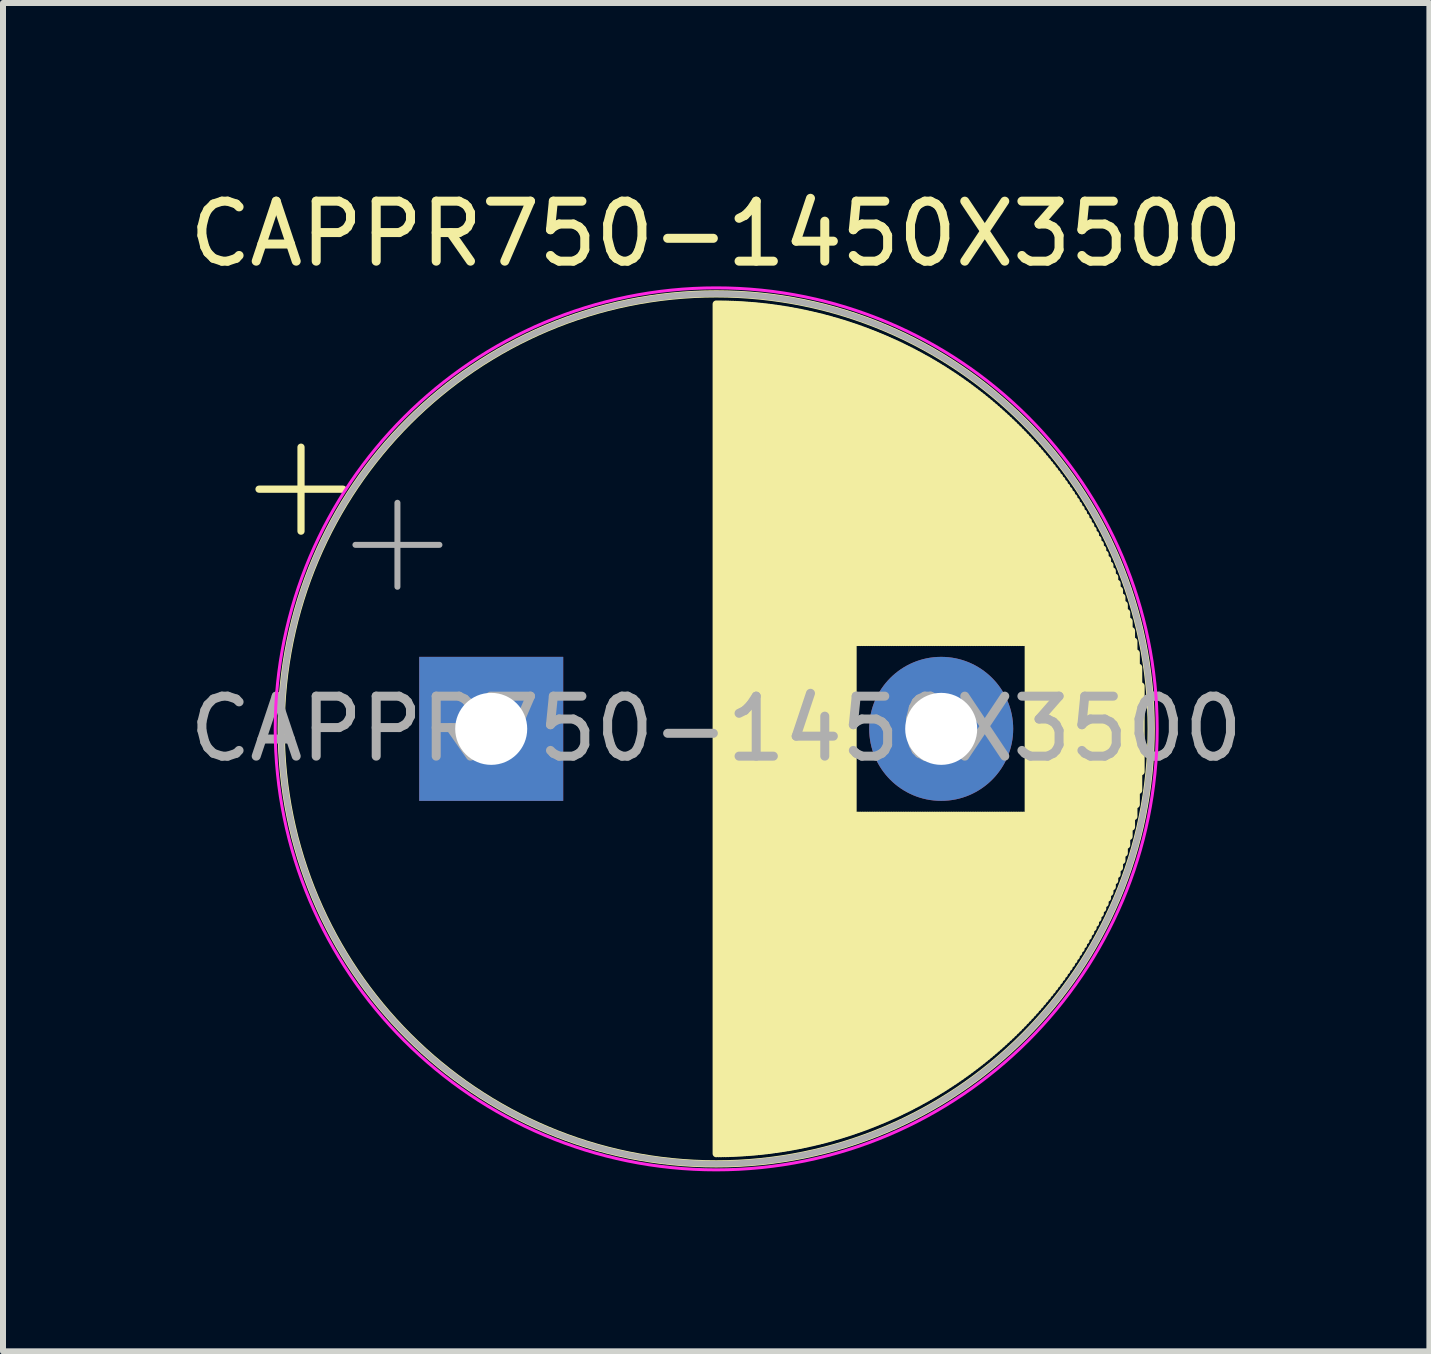
<source format=kicad_pcb>
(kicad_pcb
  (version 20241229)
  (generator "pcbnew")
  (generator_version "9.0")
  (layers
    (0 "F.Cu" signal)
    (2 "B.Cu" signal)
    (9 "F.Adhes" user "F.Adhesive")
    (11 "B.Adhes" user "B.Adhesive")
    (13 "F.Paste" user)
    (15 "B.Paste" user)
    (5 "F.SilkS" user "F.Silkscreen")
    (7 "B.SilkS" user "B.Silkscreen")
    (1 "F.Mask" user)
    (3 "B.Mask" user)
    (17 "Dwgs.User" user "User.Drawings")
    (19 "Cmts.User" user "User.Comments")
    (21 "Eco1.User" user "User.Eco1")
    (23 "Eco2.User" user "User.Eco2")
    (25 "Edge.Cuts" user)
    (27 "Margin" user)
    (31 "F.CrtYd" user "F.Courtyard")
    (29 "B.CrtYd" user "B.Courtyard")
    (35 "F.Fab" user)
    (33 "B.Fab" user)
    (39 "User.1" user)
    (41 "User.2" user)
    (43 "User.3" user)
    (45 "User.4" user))
  (footprint "CAPPR750-1450X3500"
    (layer "F.Cu")
    (at 5.137 9.098)
    (property "Reference" "CAPPR750-1450X3500" (at 3.75 -8.25 0) (layer "F.SilkS") (effects (font (size 1 1) (thickness 0.15))))
    (attr through_hole)
    (fp_line (start -3.87 -3.995) (end -2.47 -3.995) (stroke (width 0.12) (type solid)) (layer "F.SilkS"))
    (fp_line (start -3.17 -4.695) (end -3.17 -3.295) (stroke (width 0.12) (type solid)) (layer "F.SilkS"))
    (fp_line (start 3.75 -7.08) (end 3.75 7.08) (stroke (width 0.12) (type solid)) (layer "F.SilkS"))
    (fp_line (start 3.79 -7.08) (end 3.79 7.08) (stroke (width 0.12) (type solid)) (layer "F.SilkS"))
    (fp_line (start 3.83 -7.08) (end 3.83 7.08) (stroke (width 0.12) (type solid)) (layer "F.SilkS"))
    (fp_line (start 3.87 -7.079) (end 3.87 7.079) (stroke (width 0.12) (type solid)) (layer "F.SilkS"))
    (fp_line (start 3.91 -7.079) (end 3.91 7.079) (stroke (width 0.12) (type solid)) (layer "F.SilkS"))
    (fp_line (start 3.95 -7.078) (end 3.95 7.078) (stroke (width 0.12) (type solid)) (layer "F.SilkS"))
    (fp_line (start 3.99 -7.076) (end 3.99 7.076) (stroke (width 0.12) (type solid)) (layer "F.SilkS"))
    (fp_line (start 4.03 -7.075) (end 4.03 7.075) (stroke (width 0.12) (type solid)) (layer "F.SilkS"))
    (fp_line (start 4.07 -7.073) (end 4.07 7.073) (stroke (width 0.12) (type solid)) (layer "F.SilkS"))
    (fp_line (start 4.11 -7.071) (end 4.11 7.071) (stroke (width 0.12) (type solid)) (layer "F.SilkS"))
    (fp_line (start 4.15 -7.069) (end 4.15 7.069) (stroke (width 0.12) (type solid)) (layer "F.SilkS"))
    (fp_line (start 4.19 -7.067) (end 4.19 7.067) (stroke (width 0.12) (type solid)) (layer "F.SilkS"))
    (fp_line (start 4.23 -7.064) (end 4.23 7.064) (stroke (width 0.12) (type solid)) (layer "F.SilkS"))
    (fp_line (start 4.27 -7.061) (end 4.27 7.061) (stroke (width 0.12) (type solid)) (layer "F.SilkS"))
    (fp_line (start 4.31 -7.058) (end 4.31 7.058) (stroke (width 0.12) (type solid)) (layer "F.SilkS"))
    (fp_line (start 4.35 -7.055) (end 4.35 7.055) (stroke (width 0.12) (type solid)) (layer "F.SilkS"))
    (fp_line (start 4.39 -7.052) (end 4.39 7.052) (stroke (width 0.12) (type solid)) (layer "F.SilkS"))
    (fp_line (start 4.43 -7.048) (end 4.43 7.048) (stroke (width 0.12) (type solid)) (layer "F.SilkS"))
    (fp_line (start 4.471 -7.044) (end 4.471 7.044) (stroke (width 0.12) (type solid)) (layer "F.SilkS"))
    (fp_line (start 4.511 -7.04) (end 4.511 7.04) (stroke (width 0.12) (type solid)) (layer "F.SilkS"))
    (fp_line (start 4.551 -7.035) (end 4.551 7.035) (stroke (width 0.12) (type solid)) (layer "F.SilkS"))
    (fp_line (start 4.591 -7.031) (end 4.591 7.031) (stroke (width 0.12) (type solid)) (layer "F.SilkS"))
    (fp_line (start 4.631 -7.026) (end 4.631 7.026) (stroke (width 0.12) (type solid)) (layer "F.SilkS"))
    (fp_line (start 4.671 -7.021) (end 4.671 7.021) (stroke (width 0.12) (type solid)) (layer "F.SilkS"))
    (fp_line (start 4.711 -7.015) (end 4.711 7.015) (stroke (width 0.12) (type solid)) (layer "F.SilkS"))
    (fp_line (start 4.751 -7.01) (end 4.751 7.01) (stroke (width 0.12) (type solid)) (layer "F.SilkS"))
    (fp_line (start 4.791 -7.004) (end 4.791 7.004) (stroke (width 0.12) (type solid)) (layer "F.SilkS"))
    (fp_line (start 4.831 -6.998) (end 4.831 6.998) (stroke (width 0.12) (type solid)) (layer "F.SilkS"))
    (fp_line (start 4.871 -6.992) (end 4.871 6.992) (stroke (width 0.12) (type solid)) (layer "F.SilkS"))
    (fp_line (start 4.911 -6.985) (end 4.911 6.985) (stroke (width 0.12) (type solid)) (layer "F.SilkS"))
    (fp_line (start 4.951 -6.979) (end 4.951 6.979) (stroke (width 0.12) (type solid)) (layer "F.SilkS"))
    (fp_line (start 4.991 -6.972) (end 4.991 6.972) (stroke (width 0.12) (type solid)) (layer "F.SilkS"))
    (fp_line (start 5.031 -6.964) (end 5.031 6.964) (stroke (width 0.12) (type solid)) (layer "F.SilkS"))
    (fp_line (start 5.071 -6.957) (end 5.071 6.957) (stroke (width 0.12) (type solid)) (layer "F.SilkS"))
    (fp_line (start 5.111 -6.949) (end 5.111 6.949) (stroke (width 0.12) (type solid)) (layer "F.SilkS"))
    (fp_line (start 5.151 -6.942) (end 5.151 6.942) (stroke (width 0.12) (type solid)) (layer "F.SilkS"))
    (fp_line (start 5.191 -6.933) (end 5.191 6.933) (stroke (width 0.12) (type solid)) (layer "F.SilkS"))
    (fp_line (start 5.231 -6.925) (end 5.231 6.925) (stroke (width 0.12) (type solid)) (layer "F.SilkS"))
    (fp_line (start 5.271 -6.916) (end 5.271 6.916) (stroke (width 0.12) (type solid)) (layer "F.SilkS"))
    (fp_line (start 5.311 -6.907) (end 5.311 6.907) (stroke (width 0.12) (type solid)) (layer "F.SilkS"))
    (fp_line (start 5.351 -6.898) (end 5.351 6.898) (stroke (width 0.12) (type solid)) (layer "F.SilkS"))
    (fp_line (start 5.391 -6.889) (end 5.391 6.889) (stroke (width 0.12) (type solid)) (layer "F.SilkS"))
    (fp_line (start 5.431 -6.879) (end 5.431 6.879) (stroke (width 0.12) (type solid)) (layer "F.SilkS"))
    (fp_line (start 5.471 -6.87) (end 5.471 6.87) (stroke (width 0.12) (type solid)) (layer "F.SilkS"))
    (fp_line (start 5.511 -6.86) (end 5.511 6.86) (stroke (width 0.12) (type solid)) (layer "F.SilkS"))
    (fp_line (start 5.551 -6.849) (end 5.551 6.849) (stroke (width 0.12) (type solid)) (layer "F.SilkS"))
    (fp_line (start 5.591 -6.839) (end 5.591 6.839) (stroke (width 0.12) (type solid)) (layer "F.SilkS"))
    (fp_line (start 5.631 -6.828) (end 5.631 6.828) (stroke (width 0.12) (type solid)) (layer "F.SilkS"))
    (fp_line (start 5.671 -6.817) (end 5.671 6.817) (stroke (width 0.12) (type solid)) (layer "F.SilkS"))
    (fp_line (start 5.711 -6.805) (end 5.711 6.805) (stroke (width 0.12) (type solid)) (layer "F.SilkS"))
    (fp_line (start 5.751 -6.794) (end 5.751 6.794) (stroke (width 0.12) (type solid)) (layer "F.SilkS"))
    (fp_line (start 5.791 -6.782) (end 5.791 6.782) (stroke (width 0.12) (type solid)) (layer "F.SilkS"))
    (fp_line (start 5.831 -6.77) (end 5.831 6.77) (stroke (width 0.12) (type solid)) (layer "F.SilkS"))
    (fp_line (start 5.871 -6.758) (end 5.871 6.758) (stroke (width 0.12) (type solid)) (layer "F.SilkS"))
    (fp_line (start 5.911 -6.745) (end 5.911 6.745) (stroke (width 0.12) (type solid)) (layer "F.SilkS"))
    (fp_line (start 5.951 -6.732) (end 5.951 6.732) (stroke (width 0.12) (type solid)) (layer "F.SilkS"))
    (fp_line (start 5.991 -6.719) (end 5.991 6.719) (stroke (width 0.12) (type solid)) (layer "F.SilkS"))
    (fp_line (start 6.031 -6.706) (end 6.031 6.706) (stroke (width 0.12) (type solid)) (layer "F.SilkS"))
    (fp_line (start 6.071 -6.692) (end 6.071 -1.44) (stroke (width 0.12) (type solid)) (layer "F.SilkS"))
    (fp_line (start 6.071 1.44) (end 6.071 6.692) (stroke (width 0.12) (type solid)) (layer "F.SilkS"))
    (fp_line (start 6.111 -6.678) (end 6.111 -1.44) (stroke (width 0.12) (type solid)) (layer "F.SilkS"))
    (fp_line (start 6.111 1.44) (end 6.111 6.678) (stroke (width 0.12) (type solid)) (layer "F.SilkS"))
    (fp_line (start 6.151 -6.664) (end 6.151 -1.44) (stroke (width 0.12) (type solid)) (layer "F.SilkS"))
    (fp_line (start 6.151 1.44) (end 6.151 6.664) (stroke (width 0.12) (type solid)) (layer "F.SilkS"))
    (fp_line (start 6.191 -6.649) (end 6.191 -1.44) (stroke (width 0.12) (type solid)) (layer "F.SilkS"))
    (fp_line (start 6.191 1.44) (end 6.191 6.649) (stroke (width 0.12) (type solid)) (layer "F.SilkS"))
    (fp_line (start 6.231 -6.635) (end 6.231 -1.44) (stroke (width 0.12) (type solid)) (layer "F.SilkS"))
    (fp_line (start 6.231 1.44) (end 6.231 6.635) (stroke (width 0.12) (type solid)) (layer "F.SilkS"))
    (fp_line (start 6.271 -6.62) (end 6.271 -1.44) (stroke (width 0.12) (type solid)) (layer "F.SilkS"))
    (fp_line (start 6.271 1.44) (end 6.271 6.62) (stroke (width 0.12) (type solid)) (layer "F.SilkS"))
    (fp_line (start 6.311 -6.604) (end 6.311 -1.44) (stroke (width 0.12) (type solid)) (layer "F.SilkS"))
    (fp_line (start 6.311 1.44) (end 6.311 6.604) (stroke (width 0.12) (type solid)) (layer "F.SilkS"))
    (fp_line (start 6.351 -6.589) (end 6.351 -1.44) (stroke (width 0.12) (type solid)) (layer "F.SilkS"))
    (fp_line (start 6.351 1.44) (end 6.351 6.589) (stroke (width 0.12) (type solid)) (layer "F.SilkS"))
    (fp_line (start 6.391 -6.573) (end 6.391 -1.44) (stroke (width 0.12) (type solid)) (layer "F.SilkS"))
    (fp_line (start 6.391 1.44) (end 6.391 6.573) (stroke (width 0.12) (type solid)) (layer "F.SilkS"))
    (fp_line (start 6.431 -6.557) (end 6.431 -1.44) (stroke (width 0.12) (type solid)) (layer "F.SilkS"))
    (fp_line (start 6.431 1.44) (end 6.431 6.557) (stroke (width 0.12) (type solid)) (layer "F.SilkS"))
    (fp_line (start 6.471 -6.54) (end 6.471 -1.44) (stroke (width 0.12) (type solid)) (layer "F.SilkS"))
    (fp_line (start 6.471 1.44) (end 6.471 6.54) (stroke (width 0.12) (type solid)) (layer "F.SilkS"))
    (fp_line (start 6.511 -6.524) (end 6.511 -1.44) (stroke (width 0.12) (type solid)) (layer "F.SilkS"))
    (fp_line (start 6.511 1.44) (end 6.511 6.524) (stroke (width 0.12) (type solid)) (layer "F.SilkS"))
    (fp_line (start 6.551 -6.507) (end 6.551 -1.44) (stroke (width 0.12) (type solid)) (layer "F.SilkS"))
    (fp_line (start 6.551 1.44) (end 6.551 6.507) (stroke (width 0.12) (type solid)) (layer "F.SilkS"))
    (fp_line (start 6.591 -6.49) (end 6.591 -1.44) (stroke (width 0.12) (type solid)) (layer "F.SilkS"))
    (fp_line (start 6.591 1.44) (end 6.591 6.49) (stroke (width 0.12) (type solid)) (layer "F.SilkS"))
    (fp_line (start 6.631 -6.472) (end 6.631 -1.44) (stroke (width 0.12) (type solid)) (layer "F.SilkS"))
    (fp_line (start 6.631 1.44) (end 6.631 6.472) (stroke (width 0.12) (type solid)) (layer "F.SilkS"))
    (fp_line (start 6.671 -6.454) (end 6.671 -1.44) (stroke (width 0.12) (type solid)) (layer "F.SilkS"))
    (fp_line (start 6.671 1.44) (end 6.671 6.454) (stroke (width 0.12) (type solid)) (layer "F.SilkS"))
    (fp_line (start 6.711 -6.436) (end 6.711 -1.44) (stroke (width 0.12) (type solid)) (layer "F.SilkS"))
    (fp_line (start 6.711 1.44) (end 6.711 6.436) (stroke (width 0.12) (type solid)) (layer "F.SilkS"))
    (fp_line (start 6.751 -6.418) (end 6.751 -1.44) (stroke (width 0.12) (type solid)) (layer "F.SilkS"))
    (fp_line (start 6.751 1.44) (end 6.751 6.418) (stroke (width 0.12) (type solid)) (layer "F.SilkS"))
    (fp_line (start 6.791 -6.399) (end 6.791 -1.44) (stroke (width 0.12) (type solid)) (layer "F.SilkS"))
    (fp_line (start 6.791 1.44) (end 6.791 6.399) (stroke (width 0.12) (type solid)) (layer "F.SilkS"))
    (fp_line (start 6.831 -6.38) (end 6.831 -1.44) (stroke (width 0.12) (type solid)) (layer "F.SilkS"))
    (fp_line (start 6.831 1.44) (end 6.831 6.38) (stroke (width 0.12) (type solid)) (layer "F.SilkS"))
    (fp_line (start 6.871 -6.36) (end 6.871 -1.44) (stroke (width 0.12) (type solid)) (layer "F.SilkS"))
    (fp_line (start 6.871 1.44) (end 6.871 6.36) (stroke (width 0.12) (type solid)) (layer "F.SilkS"))
    (fp_line (start 6.911 -6.341) (end 6.911 -1.44) (stroke (width 0.12) (type solid)) (layer "F.SilkS"))
    (fp_line (start 6.911 1.44) (end 6.911 6.341) (stroke (width 0.12) (type solid)) (layer "F.SilkS"))
    (fp_line (start 6.951 -6.321) (end 6.951 -1.44) (stroke (width 0.12) (type solid)) (layer "F.SilkS"))
    (fp_line (start 6.951 1.44) (end 6.951 6.321) (stroke (width 0.12) (type solid)) (layer "F.SilkS"))
    (fp_line (start 6.991 -6.301) (end 6.991 -1.44) (stroke (width 0.12) (type solid)) (layer "F.SilkS"))
    (fp_line (start 6.991 1.44) (end 6.991 6.301) (stroke (width 0.12) (type solid)) (layer "F.SilkS"))
    (fp_line (start 7.031 -6.28) (end 7.031 -1.44) (stroke (width 0.12) (type solid)) (layer "F.SilkS"))
    (fp_line (start 7.031 1.44) (end 7.031 6.28) (stroke (width 0.12) (type solid)) (layer "F.SilkS"))
    (fp_line (start 7.071 -6.259) (end 7.071 -1.44) (stroke (width 0.12) (type solid)) (layer "F.SilkS"))
    (fp_line (start 7.071 1.44) (end 7.071 6.259) (stroke (width 0.12) (type solid)) (layer "F.SilkS"))
    (fp_line (start 7.111 -6.238) (end 7.111 -1.44) (stroke (width 0.12) (type solid)) (layer "F.SilkS"))
    (fp_line (start 7.111 1.44) (end 7.111 6.238) (stroke (width 0.12) (type solid)) (layer "F.SilkS"))
    (fp_line (start 7.151 -6.216) (end 7.151 -1.44) (stroke (width 0.12) (type solid)) (layer "F.SilkS"))
    (fp_line (start 7.151 1.44) (end 7.151 6.216) (stroke (width 0.12) (type solid)) (layer "F.SilkS"))
    (fp_line (start 7.191 -6.194) (end 7.191 -1.44) (stroke (width 0.12) (type solid)) (layer "F.SilkS"))
    (fp_line (start 7.191 1.44) (end 7.191 6.194) (stroke (width 0.12) (type solid)) (layer "F.SilkS"))
    (fp_line (start 7.231 -6.172) (end 7.231 -1.44) (stroke (width 0.12) (type solid)) (layer "F.SilkS"))
    (fp_line (start 7.231 1.44) (end 7.231 6.172) (stroke (width 0.12) (type solid)) (layer "F.SilkS"))
    (fp_line (start 7.271 -6.15) (end 7.271 -1.44) (stroke (width 0.12) (type solid)) (layer "F.SilkS"))
    (fp_line (start 7.271 1.44) (end 7.271 6.15) (stroke (width 0.12) (type solid)) (layer "F.SilkS"))
    (fp_line (start 7.311 -6.127) (end 7.311 -1.44) (stroke (width 0.12) (type solid)) (layer "F.SilkS"))
    (fp_line (start 7.311 1.44) (end 7.311 6.127) (stroke (width 0.12) (type solid)) (layer "F.SilkS"))
    (fp_line (start 7.351 -6.103) (end 7.351 -1.44) (stroke (width 0.12) (type solid)) (layer "F.SilkS"))
    (fp_line (start 7.351 1.44) (end 7.351 6.103) (stroke (width 0.12) (type solid)) (layer "F.SilkS"))
    (fp_line (start 7.391 -6.08) (end 7.391 -1.44) (stroke (width 0.12) (type solid)) (layer "F.SilkS"))
    (fp_line (start 7.391 1.44) (end 7.391 6.08) (stroke (width 0.12) (type solid)) (layer "F.SilkS"))
    (fp_line (start 7.431 -6.056) (end 7.431 -1.44) (stroke (width 0.12) (type solid)) (layer "F.SilkS"))
    (fp_line (start 7.431 1.44) (end 7.431 6.056) (stroke (width 0.12) (type solid)) (layer "F.SilkS"))
    (fp_line (start 7.471 -6.031) (end 7.471 -1.44) (stroke (width 0.12) (type solid)) (layer "F.SilkS"))
    (fp_line (start 7.471 1.44) (end 7.471 6.031) (stroke (width 0.12) (type solid)) (layer "F.SilkS"))
    (fp_line (start 7.511 -6.007) (end 7.511 -1.44) (stroke (width 0.12) (type solid)) (layer "F.SilkS"))
    (fp_line (start 7.511 1.44) (end 7.511 6.007) (stroke (width 0.12) (type solid)) (layer "F.SilkS"))
    (fp_line (start 7.551 -5.982) (end 7.551 -1.44) (stroke (width 0.12) (type solid)) (layer "F.SilkS"))
    (fp_line (start 7.551 1.44) (end 7.551 5.982) (stroke (width 0.12) (type solid)) (layer "F.SilkS"))
    (fp_line (start 7.591 -5.956) (end 7.591 -1.44) (stroke (width 0.12) (type solid)) (layer "F.SilkS"))
    (fp_line (start 7.591 1.44) (end 7.591 5.956) (stroke (width 0.12) (type solid)) (layer "F.SilkS"))
    (fp_line (start 7.631 -5.93) (end 7.631 -1.44) (stroke (width 0.12) (type solid)) (layer "F.SilkS"))
    (fp_line (start 7.631 1.44) (end 7.631 5.93) (stroke (width 0.12) (type solid)) (layer "F.SilkS"))
    (fp_line (start 7.671 -5.904) (end 7.671 -1.44) (stroke (width 0.12) (type solid)) (layer "F.SilkS"))
    (fp_line (start 7.671 1.44) (end 7.671 5.904) (stroke (width 0.12) (type solid)) (layer "F.SilkS"))
    (fp_line (start 7.711 -5.878) (end 7.711 -1.44) (stroke (width 0.12) (type solid)) (layer "F.SilkS"))
    (fp_line (start 7.711 1.44) (end 7.711 5.878) (stroke (width 0.12) (type solid)) (layer "F.SilkS"))
    (fp_line (start 7.751 -5.851) (end 7.751 -1.44) (stroke (width 0.12) (type solid)) (layer "F.SilkS"))
    (fp_line (start 7.751 1.44) (end 7.751 5.851) (stroke (width 0.12) (type solid)) (layer "F.SilkS"))
    (fp_line (start 7.791 -5.823) (end 7.791 -1.44) (stroke (width 0.12) (type solid)) (layer "F.SilkS"))
    (fp_line (start 7.791 1.44) (end 7.791 5.823) (stroke (width 0.12) (type solid)) (layer "F.SilkS"))
    (fp_line (start 7.831 -5.796) (end 7.831 -1.44) (stroke (width 0.12) (type solid)) (layer "F.SilkS"))
    (fp_line (start 7.831 1.44) (end 7.831 5.796) (stroke (width 0.12) (type solid)) (layer "F.SilkS"))
    (fp_line (start 7.871 -5.767) (end 7.871 -1.44) (stroke (width 0.12) (type solid)) (layer "F.SilkS"))
    (fp_line (start 7.871 1.44) (end 7.871 5.767) (stroke (width 0.12) (type solid)) (layer "F.SilkS"))
    (fp_line (start 7.911 -5.739) (end 7.911 -1.44) (stroke (width 0.12) (type solid)) (layer "F.SilkS"))
    (fp_line (start 7.911 1.44) (end 7.911 5.739) (stroke (width 0.12) (type solid)) (layer "F.SilkS"))
    (fp_line (start 7.951 -5.71) (end 7.951 -1.44) (stroke (width 0.12) (type solid)) (layer "F.SilkS"))
    (fp_line (start 7.951 1.44) (end 7.951 5.71) (stroke (width 0.12) (type solid)) (layer "F.SilkS"))
    (fp_line (start 7.991 -5.68) (end 7.991 -1.44) (stroke (width 0.12) (type solid)) (layer "F.SilkS"))
    (fp_line (start 7.991 1.44) (end 7.991 5.68) (stroke (width 0.12) (type solid)) (layer "F.SilkS"))
    (fp_line (start 8.031 -5.65) (end 8.031 -1.44) (stroke (width 0.12) (type solid)) (layer "F.SilkS"))
    (fp_line (start 8.031 1.44) (end 8.031 5.65) (stroke (width 0.12) (type solid)) (layer "F.SilkS"))
    (fp_line (start 8.071 -5.62) (end 8.071 -1.44) (stroke (width 0.12) (type solid)) (layer "F.SilkS"))
    (fp_line (start 8.071 1.44) (end 8.071 5.62) (stroke (width 0.12) (type solid)) (layer "F.SilkS"))
    (fp_line (start 8.111 -5.589) (end 8.111 -1.44) (stroke (width 0.12) (type solid)) (layer "F.SilkS"))
    (fp_line (start 8.111 1.44) (end 8.111 5.589) (stroke (width 0.12) (type solid)) (layer "F.SilkS"))
    (fp_line (start 8.151 -5.558) (end 8.151 -1.44) (stroke (width 0.12) (type solid)) (layer "F.SilkS"))
    (fp_line (start 8.151 1.44) (end 8.151 5.558) (stroke (width 0.12) (type solid)) (layer "F.SilkS"))
    (fp_line (start 8.191 -5.527) (end 8.191 -1.44) (stroke (width 0.12) (type solid)) (layer "F.SilkS"))
    (fp_line (start 8.191 1.44) (end 8.191 5.527) (stroke (width 0.12) (type solid)) (layer "F.SilkS"))
    (fp_line (start 8.231 -5.494) (end 8.231 -1.44) (stroke (width 0.12) (type solid)) (layer "F.SilkS"))
    (fp_line (start 8.231 1.44) (end 8.231 5.494) (stroke (width 0.12) (type solid)) (layer "F.SilkS"))
    (fp_line (start 8.271 -5.462) (end 8.271 -1.44) (stroke (width 0.12) (type solid)) (layer "F.SilkS"))
    (fp_line (start 8.271 1.44) (end 8.271 5.462) (stroke (width 0.12) (type solid)) (layer "F.SilkS"))
    (fp_line (start 8.311 -5.429) (end 8.311 -1.44) (stroke (width 0.12) (type solid)) (layer "F.SilkS"))
    (fp_line (start 8.311 1.44) (end 8.311 5.429) (stroke (width 0.12) (type solid)) (layer "F.SilkS"))
    (fp_line (start 8.351 -5.395) (end 8.351 -1.44) (stroke (width 0.12) (type solid)) (layer "F.SilkS"))
    (fp_line (start 8.351 1.44) (end 8.351 5.395) (stroke (width 0.12) (type solid)) (layer "F.SilkS"))
    (fp_line (start 8.391 -5.361) (end 8.391 -1.44) (stroke (width 0.12) (type solid)) (layer "F.SilkS"))
    (fp_line (start 8.391 1.44) (end 8.391 5.361) (stroke (width 0.12) (type solid)) (layer "F.SilkS"))
    (fp_line (start 8.431 -5.326) (end 8.431 -1.44) (stroke (width 0.12) (type solid)) (layer "F.SilkS"))
    (fp_line (start 8.431 1.44) (end 8.431 5.326) (stroke (width 0.12) (type solid)) (layer "F.SilkS"))
    (fp_line (start 8.471 -5.291) (end 8.471 -1.44) (stroke (width 0.12) (type solid)) (layer "F.SilkS"))
    (fp_line (start 8.471 1.44) (end 8.471 5.291) (stroke (width 0.12) (type solid)) (layer "F.SilkS"))
    (fp_line (start 8.511 -5.255) (end 8.511 -1.44) (stroke (width 0.12) (type solid)) (layer "F.SilkS"))
    (fp_line (start 8.511 1.44) (end 8.511 5.255) (stroke (width 0.12) (type solid)) (layer "F.SilkS"))
    (fp_line (start 8.551 -5.219) (end 8.551 -1.44) (stroke (width 0.12) (type solid)) (layer "F.SilkS"))
    (fp_line (start 8.551 1.44) (end 8.551 5.219) (stroke (width 0.12) (type solid)) (layer "F.SilkS"))
    (fp_line (start 8.591 -5.182) (end 8.591 -1.44) (stroke (width 0.12) (type solid)) (layer "F.SilkS"))
    (fp_line (start 8.591 1.44) (end 8.591 5.182) (stroke (width 0.12) (type solid)) (layer "F.SilkS"))
    (fp_line (start 8.631 -5.145) (end 8.631 -1.44) (stroke (width 0.12) (type solid)) (layer "F.SilkS"))
    (fp_line (start 8.631 1.44) (end 8.631 5.145) (stroke (width 0.12) (type solid)) (layer "F.SilkS"))
    (fp_line (start 8.671 -5.107) (end 8.671 -1.44) (stroke (width 0.12) (type solid)) (layer "F.SilkS"))
    (fp_line (start 8.671 1.44) (end 8.671 5.107) (stroke (width 0.12) (type solid)) (layer "F.SilkS"))
    (fp_line (start 8.711 -5.069) (end 8.711 -1.44) (stroke (width 0.12) (type solid)) (layer "F.SilkS"))
    (fp_line (start 8.711 1.44) (end 8.711 5.069) (stroke (width 0.12) (type solid)) (layer "F.SilkS"))
    (fp_line (start 8.751 -5.029) (end 8.751 -1.44) (stroke (width 0.12) (type solid)) (layer "F.SilkS"))
    (fp_line (start 8.751 1.44) (end 8.751 5.029) (stroke (width 0.12) (type solid)) (layer "F.SilkS"))
    (fp_line (start 8.791 -4.99) (end 8.791 -1.44) (stroke (width 0.12) (type solid)) (layer "F.SilkS"))
    (fp_line (start 8.791 1.44) (end 8.791 4.99) (stroke (width 0.12) (type solid)) (layer "F.SilkS"))
    (fp_line (start 8.831 -4.949) (end 8.831 -1.44) (stroke (width 0.12) (type solid)) (layer "F.SilkS"))
    (fp_line (start 8.831 1.44) (end 8.831 4.949) (stroke (width 0.12) (type solid)) (layer "F.SilkS"))
    (fp_line (start 8.871 -4.908) (end 8.871 -1.44) (stroke (width 0.12) (type solid)) (layer "F.SilkS"))
    (fp_line (start 8.871 1.44) (end 8.871 4.908) (stroke (width 0.12) (type solid)) (layer "F.SilkS"))
    (fp_line (start 8.911 -4.866) (end 8.911 -1.44) (stroke (width 0.12) (type solid)) (layer "F.SilkS"))
    (fp_line (start 8.911 1.44) (end 8.911 4.866) (stroke (width 0.12) (type solid)) (layer "F.SilkS"))
    (fp_line (start 8.951 -4.824) (end 8.951 4.824) (stroke (width 0.12) (type solid)) (layer "F.SilkS"))
    (fp_line (start 8.991 -4.781) (end 8.991 4.781) (stroke (width 0.12) (type solid)) (layer "F.SilkS"))
    (fp_line (start 9.031 -4.737) (end 9.031 4.737) (stroke (width 0.12) (type solid)) (layer "F.SilkS"))
    (fp_line (start 9.071 -4.693) (end 9.071 4.693) (stroke (width 0.12) (type solid)) (layer "F.SilkS"))
    (fp_line (start 9.111 -4.647) (end 9.111 4.647) (stroke (width 0.12) (type solid)) (layer "F.SilkS"))
    (fp_line (start 9.151 -4.601) (end 9.151 4.601) (stroke (width 0.12) (type solid)) (layer "F.SilkS"))
    (fp_line (start 9.191 -4.554) (end 9.191 4.554) (stroke (width 0.12) (type solid)) (layer "F.SilkS"))
    (fp_line (start 9.231 -4.506) (end 9.231 4.506) (stroke (width 0.12) (type solid)) (layer "F.SilkS"))
    (fp_line (start 9.271 -4.458) (end 9.271 4.458) (stroke (width 0.12) (type solid)) (layer "F.SilkS"))
    (fp_line (start 9.311 -4.408) (end 9.311 4.408) (stroke (width 0.12) (type solid)) (layer "F.SilkS"))
    (fp_line (start 9.351 -4.358) (end 9.351 4.358) (stroke (width 0.12) (type solid)) (layer "F.SilkS"))
    (fp_line (start 9.391 -4.306) (end 9.391 4.306) (stroke (width 0.12) (type solid)) (layer "F.SilkS"))
    (fp_line (start 9.431 -4.254) (end 9.431 4.254) (stroke (width 0.12) (type solid)) (layer "F.SilkS"))
    (fp_line (start 9.471 -4.2) (end 9.471 4.2) (stroke (width 0.12) (type solid)) (layer "F.SilkS"))
    (fp_line (start 9.511 -4.146) (end 9.511 4.146) (stroke (width 0.12) (type solid)) (layer "F.SilkS"))
    (fp_line (start 9.551 -4.09) (end 9.551 4.09) (stroke (width 0.12) (type solid)) (layer "F.SilkS"))
    (fp_line (start 9.591 -4.033) (end 9.591 4.033) (stroke (width 0.12) (type solid)) (layer "F.SilkS"))
    (fp_line (start 9.631 -3.975) (end 9.631 3.975) (stroke (width 0.12) (type solid)) (layer "F.SilkS"))
    (fp_line (start 9.671 -3.916) (end 9.671 3.916) (stroke (width 0.12) (type solid)) (layer "F.SilkS"))
    (fp_line (start 9.711 -3.856) (end 9.711 3.856) (stroke (width 0.12) (type solid)) (layer "F.SilkS"))
    (fp_line (start 9.751 -3.794) (end 9.751 3.794) (stroke (width 0.12) (type solid)) (layer "F.SilkS"))
    (fp_line (start 9.791 -3.73) (end 9.791 3.73) (stroke (width 0.12) (type solid)) (layer "F.SilkS"))
    (fp_line (start 9.831 -3.666) (end 9.831 3.666) (stroke (width 0.12) (type solid)) (layer "F.SilkS"))
    (fp_line (start 9.871 -3.599) (end 9.871 3.599) (stroke (width 0.12) (type solid)) (layer "F.SilkS"))
    (fp_line (start 9.911 -3.531) (end 9.911 3.531) (stroke (width 0.12) (type solid)) (layer "F.SilkS"))
    (fp_line (start 9.951 -3.461) (end 9.951 3.461) (stroke (width 0.12) (type solid)) (layer "F.SilkS"))
    (fp_line (start 9.991 -3.389) (end 9.991 3.389) (stroke (width 0.12) (type solid)) (layer "F.SilkS"))
    (fp_line (start 10.031 -3.315) (end 10.031 3.315) (stroke (width 0.12) (type solid)) (layer "F.SilkS"))
    (fp_line (start 10.071 -3.24) (end 10.071 3.24) (stroke (width 0.12) (type solid)) (layer "F.SilkS"))
    (fp_line (start 10.111 -3.161) (end 10.111 3.161) (stroke (width 0.12) (type solid)) (layer "F.SilkS"))
    (fp_line (start 10.151 -3.08) (end 10.151 3.08) (stroke (width 0.12) (type solid)) (layer "F.SilkS"))
    (fp_line (start 10.191 -2.997) (end 10.191 2.997) (stroke (width 0.12) (type solid)) (layer "F.SilkS"))
    (fp_line (start 10.231 -2.911) (end 10.231 2.911) (stroke (width 0.12) (type solid)) (layer "F.SilkS"))
    (fp_line (start 10.271 -2.821) (end 10.271 2.821) (stroke (width 0.12) (type solid)) (layer "F.SilkS"))
    (fp_line (start 10.311 -2.728) (end 10.311 2.728) (stroke (width 0.12) (type solid)) (layer "F.SilkS"))
    (fp_line (start 10.351 -2.632) (end 10.351 2.632) (stroke (width 0.12) (type solid)) (layer "F.SilkS"))
    (fp_line (start 10.391 -2.53) (end 10.391 2.53) (stroke (width 0.12) (type solid)) (layer "F.SilkS"))
    (fp_line (start 10.431 -2.425) (end 10.431 2.425) (stroke (width 0.12) (type solid)) (layer "F.SilkS"))
    (fp_line (start 10.471 -2.313) (end 10.471 2.313) (stroke (width 0.12) (type solid)) (layer "F.SilkS"))
    (fp_line (start 10.511 -2.196) (end 10.511 2.196) (stroke (width 0.12) (type solid)) (layer "F.SilkS"))
    (fp_line (start 10.551 -2.071) (end 10.551 2.071) (stroke (width 0.12) (type solid)) (layer "F.SilkS"))
    (fp_line (start 10.591 -1.938) (end 10.591 1.938) (stroke (width 0.12) (type solid)) (layer "F.SilkS"))
    (fp_line (start 10.631 -1.794) (end 10.631 1.794) (stroke (width 0.12) (type solid)) (layer "F.SilkS"))
    (fp_line (start 10.671 -1.636) (end 10.671 1.636) (stroke (width 0.12) (type solid)) (layer "F.SilkS"))
    (fp_line (start 10.711 -1.461) (end 10.711 1.461) (stroke (width 0.12) (type solid)) (layer "F.SilkS"))
    (fp_line (start 10.751 -1.262) (end 10.751 1.262) (stroke (width 0.12) (type solid)) (layer "F.SilkS"))
    (fp_line (start 10.791 -1.025) (end 10.791 1.025) (stroke (width 0.12) (type solid)) (layer "F.SilkS"))
    (fp_line (start 10.831 -0.714) (end 10.831 0.714) (stroke (width 0.12) (type solid)) (layer "F.SilkS"))
    (fp_circle (center 3.75 0) (end 11 0) (stroke (width 0.12) (type solid)) (fill no) (layer "F.SilkS"))
    (fp_circle (center 3.75 0) (end 11.1 0) (stroke (width 0.05) (type solid)) (fill no) (layer "F.CrtYd"))
    (fp_line (start -2.263 -3.067) (end -0.863 -3.067) (stroke (width 0.1) (type solid)) (layer "F.Fab"))
    (fp_line (start -1.563 -3.768) (end -1.563 -2.368) (stroke (width 0.1) (type solid)) (layer "F.Fab"))
    (fp_circle (center 3.75 0) (end 11 0) (stroke (width 0.1) (type solid)) (fill no) (layer "F.Fab"))
    (fp_text user "${REFERENCE}" (at 3.75 0 0) (layer "F.Fab") (effects (font (size 1 1) (thickness 0.15))))
    (pad "1" thru_hole rect (at 0 0) (size 2.4 2.4) (drill 1.2) (layers "*.Cu" "*.Mask"))
    (pad "2" thru_hole circle (at 7.5 0) (size 2.4 2.4) (drill 1.2) (layers "*.Cu" "*.Mask")))
  (gr_rect
    (start -3 -3)
    (end 20.774 19.473)
    (stroke (width 0.1) (type default))
    (fill no)
    (layer "Edge.Cuts")))
</source>
